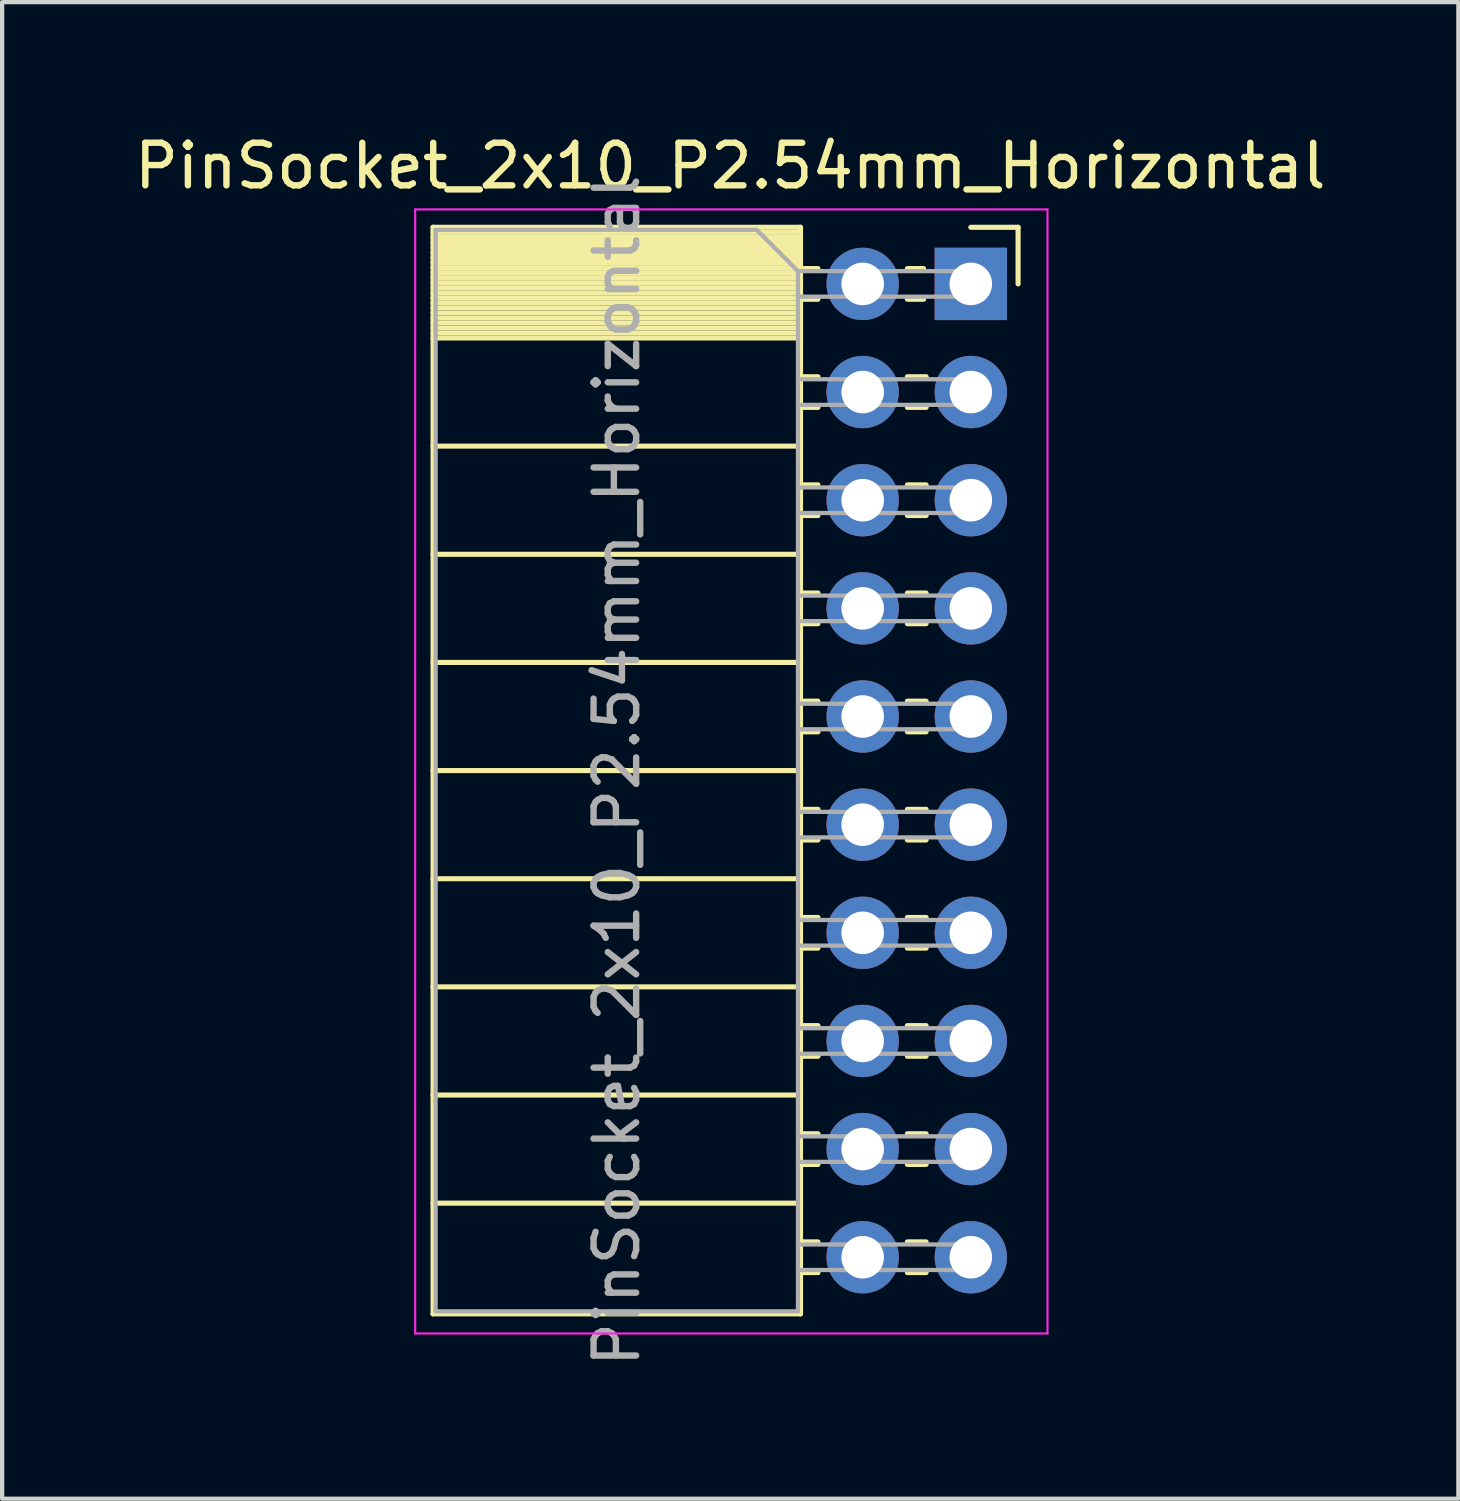
<source format=kicad_pcb>
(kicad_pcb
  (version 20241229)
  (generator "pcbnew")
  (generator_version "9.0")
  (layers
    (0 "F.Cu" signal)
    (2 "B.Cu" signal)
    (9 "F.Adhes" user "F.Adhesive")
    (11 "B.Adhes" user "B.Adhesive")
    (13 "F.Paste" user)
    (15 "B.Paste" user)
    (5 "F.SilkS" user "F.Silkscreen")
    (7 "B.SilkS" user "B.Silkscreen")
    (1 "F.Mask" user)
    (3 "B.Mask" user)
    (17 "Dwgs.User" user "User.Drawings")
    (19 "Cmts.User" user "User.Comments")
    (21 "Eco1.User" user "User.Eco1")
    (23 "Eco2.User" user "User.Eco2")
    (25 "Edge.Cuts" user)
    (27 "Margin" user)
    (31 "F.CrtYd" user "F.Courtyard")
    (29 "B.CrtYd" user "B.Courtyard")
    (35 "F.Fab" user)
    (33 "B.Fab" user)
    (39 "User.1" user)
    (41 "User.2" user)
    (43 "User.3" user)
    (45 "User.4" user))
  (footprint "PinSocket_2x10_P2.54mm_Horizontal"
    (layer "F.Cu")
    (at 19.751 3.618)
    (property "Reference" "PinSocket_2x10_P2.54mm_Horizontal" (at -5.65 -2.77 0) (layer "F.SilkS") (effects (font (size 1 1) (thickness 0.15))))
    (attr through_hole)
    (fp_line (start -12.63 -1.33) (end -12.63 24.19) (stroke (width 0.12) (type solid)) (layer "F.SilkS"))
    (fp_line (start -12.63 -1.33) (end -4 -1.33) (stroke (width 0.12) (type solid)) (layer "F.SilkS"))
    (fp_line (start -12.63 -1.21) (end -4 -1.21) (stroke (width 0.12) (type solid)) (layer "F.SilkS"))
    (fp_line (start -12.63 -1.092) (end -4 -1.092) (stroke (width 0.12) (type solid)) (layer "F.SilkS"))
    (fp_line (start -12.63 -0.974) (end -4 -0.974) (stroke (width 0.12) (type solid)) (layer "F.SilkS"))
    (fp_line (start -12.63 -0.856) (end -4 -0.856) (stroke (width 0.12) (type solid)) (layer "F.SilkS"))
    (fp_line (start -12.63 -0.738) (end -4 -0.738) (stroke (width 0.12) (type solid)) (layer "F.SilkS"))
    (fp_line (start -12.63 -0.62) (end -4 -0.62) (stroke (width 0.12) (type solid)) (layer "F.SilkS"))
    (fp_line (start -12.63 -0.501) (end -4 -0.501) (stroke (width 0.12) (type solid)) (layer "F.SilkS"))
    (fp_line (start -12.63 -0.383) (end -4 -0.383) (stroke (width 0.12) (type solid)) (layer "F.SilkS"))
    (fp_line (start -12.63 -0.265) (end -4 -0.265) (stroke (width 0.12) (type solid)) (layer "F.SilkS"))
    (fp_line (start -12.63 -0.147) (end -4 -0.147) (stroke (width 0.12) (type solid)) (layer "F.SilkS"))
    (fp_line (start -12.63 -0.029) (end -4 -0.029) (stroke (width 0.12) (type solid)) (layer "F.SilkS"))
    (fp_line (start -12.63 0.089) (end -4 0.089) (stroke (width 0.12) (type solid)) (layer "F.SilkS"))
    (fp_line (start -12.63 0.207) (end -4 0.207) (stroke (width 0.12) (type solid)) (layer "F.SilkS"))
    (fp_line (start -12.63 0.325) (end -4 0.325) (stroke (width 0.12) (type solid)) (layer "F.SilkS"))
    (fp_line (start -12.63 0.443) (end -4 0.443) (stroke (width 0.12) (type solid)) (layer "F.SilkS"))
    (fp_line (start -12.63 0.561) (end -4 0.561) (stroke (width 0.12) (type solid)) (layer "F.SilkS"))
    (fp_line (start -12.63 0.68) (end -4 0.68) (stroke (width 0.12) (type solid)) (layer "F.SilkS"))
    (fp_line (start -12.63 0.798) (end -4 0.798) (stroke (width 0.12) (type solid)) (layer "F.SilkS"))
    (fp_line (start -12.63 0.916) (end -4 0.916) (stroke (width 0.12) (type solid)) (layer "F.SilkS"))
    (fp_line (start -12.63 1.034) (end -4 1.034) (stroke (width 0.12) (type solid)) (layer "F.SilkS"))
    (fp_line (start -12.63 1.152) (end -4 1.152) (stroke (width 0.12) (type solid)) (layer "F.SilkS"))
    (fp_line (start -12.63 1.27) (end -4 1.27) (stroke (width 0.12) (type solid)) (layer "F.SilkS"))
    (fp_line (start -12.63 3.81) (end -4 3.81) (stroke (width 0.12) (type solid)) (layer "F.SilkS"))
    (fp_line (start -12.63 6.35) (end -4 6.35) (stroke (width 0.12) (type solid)) (layer "F.SilkS"))
    (fp_line (start -12.63 8.89) (end -4 8.89) (stroke (width 0.12) (type solid)) (layer "F.SilkS"))
    (fp_line (start -12.63 11.43) (end -4 11.43) (stroke (width 0.12) (type solid)) (layer "F.SilkS"))
    (fp_line (start -12.63 13.97) (end -4 13.97) (stroke (width 0.12) (type solid)) (layer "F.SilkS"))
    (fp_line (start -12.63 16.51) (end -4 16.51) (stroke (width 0.12) (type solid)) (layer "F.SilkS"))
    (fp_line (start -12.63 19.05) (end -4 19.05) (stroke (width 0.12) (type solid)) (layer "F.SilkS"))
    (fp_line (start -12.63 21.59) (end -4 21.59) (stroke (width 0.12) (type solid)) (layer "F.SilkS"))
    (fp_line (start -12.63 24.19) (end -4 24.19) (stroke (width 0.12) (type solid)) (layer "F.SilkS"))
    (fp_line (start -4 -1.33) (end -4 24.19) (stroke (width 0.12) (type solid)) (layer "F.SilkS"))
    (fp_line (start -4 -0.36) (end -3.59 -0.36) (stroke (width 0.12) (type solid)) (layer "F.SilkS"))
    (fp_line (start -4 0.36) (end -3.59 0.36) (stroke (width 0.12) (type solid)) (layer "F.SilkS"))
    (fp_line (start -4 2.18) (end -3.59 2.18) (stroke (width 0.12) (type solid)) (layer "F.SilkS"))
    (fp_line (start -4 2.9) (end -3.59 2.9) (stroke (width 0.12) (type solid)) (layer "F.SilkS"))
    (fp_line (start -4 4.72) (end -3.59 4.72) (stroke (width 0.12) (type solid)) (layer "F.SilkS"))
    (fp_line (start -4 5.44) (end -3.59 5.44) (stroke (width 0.12) (type solid)) (layer "F.SilkS"))
    (fp_line (start -4 7.26) (end -3.59 7.26) (stroke (width 0.12) (type solid)) (layer "F.SilkS"))
    (fp_line (start -4 7.98) (end -3.59 7.98) (stroke (width 0.12) (type solid)) (layer "F.SilkS"))
    (fp_line (start -4 9.8) (end -3.59 9.8) (stroke (width 0.12) (type solid)) (layer "F.SilkS"))
    (fp_line (start -4 10.52) (end -3.59 10.52) (stroke (width 0.12) (type solid)) (layer "F.SilkS"))
    (fp_line (start -4 12.34) (end -3.59 12.34) (stroke (width 0.12) (type solid)) (layer "F.SilkS"))
    (fp_line (start -4 13.06) (end -3.59 13.06) (stroke (width 0.12) (type solid)) (layer "F.SilkS"))
    (fp_line (start -4 14.88) (end -3.59 14.88) (stroke (width 0.12) (type solid)) (layer "F.SilkS"))
    (fp_line (start -4 15.6) (end -3.59 15.6) (stroke (width 0.12) (type solid)) (layer "F.SilkS"))
    (fp_line (start -4 17.42) (end -3.59 17.42) (stroke (width 0.12) (type solid)) (layer "F.SilkS"))
    (fp_line (start -4 18.14) (end -3.59 18.14) (stroke (width 0.12) (type solid)) (layer "F.SilkS"))
    (fp_line (start -4 19.96) (end -3.59 19.96) (stroke (width 0.12) (type solid)) (layer "F.SilkS"))
    (fp_line (start -4 20.68) (end -3.59 20.68) (stroke (width 0.12) (type solid)) (layer "F.SilkS"))
    (fp_line (start -4 22.5) (end -3.59 22.5) (stroke (width 0.12) (type solid)) (layer "F.SilkS"))
    (fp_line (start -4 23.22) (end -3.59 23.22) (stroke (width 0.12) (type solid)) (layer "F.SilkS"))
    (fp_line (start -1.49 -0.36) (end -1.11 -0.36) (stroke (width 0.12) (type solid)) (layer "F.SilkS"))
    (fp_line (start -1.49 0.36) (end -1.11 0.36) (stroke (width 0.12) (type solid)) (layer "F.SilkS"))
    (fp_line (start -1.49 2.18) (end -1.05 2.18) (stroke (width 0.12) (type solid)) (layer "F.SilkS"))
    (fp_line (start -1.49 2.9) (end -1.05 2.9) (stroke (width 0.12) (type solid)) (layer "F.SilkS"))
    (fp_line (start -1.49 4.72) (end -1.05 4.72) (stroke (width 0.12) (type solid)) (layer "F.SilkS"))
    (fp_line (start -1.49 5.44) (end -1.05 5.44) (stroke (width 0.12) (type solid)) (layer "F.SilkS"))
    (fp_line (start -1.49 7.26) (end -1.05 7.26) (stroke (width 0.12) (type solid)) (layer "F.SilkS"))
    (fp_line (start -1.49 7.98) (end -1.05 7.98) (stroke (width 0.12) (type solid)) (layer "F.SilkS"))
    (fp_line (start -1.49 9.8) (end -1.05 9.8) (stroke (width 0.12) (type solid)) (layer "F.SilkS"))
    (fp_line (start -1.49 10.52) (end -1.05 10.52) (stroke (width 0.12) (type solid)) (layer "F.SilkS"))
    (fp_line (start -1.49 12.34) (end -1.05 12.34) (stroke (width 0.12) (type solid)) (layer "F.SilkS"))
    (fp_line (start -1.49 13.06) (end -1.05 13.06) (stroke (width 0.12) (type solid)) (layer "F.SilkS"))
    (fp_line (start -1.49 14.88) (end -1.05 14.88) (stroke (width 0.12) (type solid)) (layer "F.SilkS"))
    (fp_line (start -1.49 15.6) (end -1.05 15.6) (stroke (width 0.12) (type solid)) (layer "F.SilkS"))
    (fp_line (start -1.49 17.42) (end -1.05 17.42) (stroke (width 0.12) (type solid)) (layer "F.SilkS"))
    (fp_line (start -1.49 18.14) (end -1.05 18.14) (stroke (width 0.12) (type solid)) (layer "F.SilkS"))
    (fp_line (start -1.49 19.96) (end -1.05 19.96) (stroke (width 0.12) (type solid)) (layer "F.SilkS"))
    (fp_line (start -1.49 20.68) (end -1.05 20.68) (stroke (width 0.12) (type solid)) (layer "F.SilkS"))
    (fp_line (start -1.49 22.5) (end -1.05 22.5) (stroke (width 0.12) (type solid)) (layer "F.SilkS"))
    (fp_line (start -1.49 23.22) (end -1.05 23.22) (stroke (width 0.12) (type solid)) (layer "F.SilkS"))
    (fp_line (start 0 -1.33) (end 1.11 -1.33) (stroke (width 0.12) (type solid)) (layer "F.SilkS"))
    (fp_line (start 1.11 -1.33) (end 1.11 0) (stroke (width 0.12) (type solid)) (layer "F.SilkS"))
    (fp_line (start -13.05 -1.75) (end -13.05 24.65) (stroke (width 0.05) (type solid)) (layer "F.CrtYd"))
    (fp_line (start -13.05 24.65) (end 1.8 24.65) (stroke (width 0.05) (type solid)) (layer "F.CrtYd"))
    (fp_line (start 1.8 -1.75) (end -13.05 -1.75) (stroke (width 0.05) (type solid)) (layer "F.CrtYd"))
    (fp_line (start 1.8 24.65) (end 1.8 -1.75) (stroke (width 0.05) (type solid)) (layer "F.CrtYd"))
    (fp_line (start -12.57 -1.27) (end -5.03 -1.27) (stroke (width 0.1) (type solid)) (layer "F.Fab"))
    (fp_line (start -12.57 24.13) (end -12.57 -1.27) (stroke (width 0.1) (type solid)) (layer "F.Fab"))
    (fp_line (start -5.03 -1.27) (end -4.06 -0.3) (stroke (width 0.1) (type solid)) (layer "F.Fab"))
    (fp_line (start -4.06 -0.3) (end -4.06 24.13) (stroke (width 0.1) (type solid)) (layer "F.Fab"))
    (fp_line (start -4.06 0.3) (end 0 0.3) (stroke (width 0.1) (type solid)) (layer "F.Fab"))
    (fp_line (start -4.06 2.84) (end 0 2.84) (stroke (width 0.1) (type solid)) (layer "F.Fab"))
    (fp_line (start -4.06 5.38) (end 0 5.38) (stroke (width 0.1) (type solid)) (layer "F.Fab"))
    (fp_line (start -4.06 7.92) (end 0 7.92) (stroke (width 0.1) (type solid)) (layer "F.Fab"))
    (fp_line (start -4.06 10.46) (end 0 10.46) (stroke (width 0.1) (type solid)) (layer "F.Fab"))
    (fp_line (start -4.06 13) (end 0 13) (stroke (width 0.1) (type solid)) (layer "F.Fab"))
    (fp_line (start -4.06 15.54) (end 0 15.54) (stroke (width 0.1) (type solid)) (layer "F.Fab"))
    (fp_line (start -4.06 18.08) (end 0 18.08) (stroke (width 0.1) (type solid)) (layer "F.Fab"))
    (fp_line (start -4.06 20.62) (end 0 20.62) (stroke (width 0.1) (type solid)) (layer "F.Fab"))
    (fp_line (start -4.06 23.16) (end 0 23.16) (stroke (width 0.1) (type solid)) (layer "F.Fab"))
    (fp_line (start -4.06 24.13) (end -12.57 24.13) (stroke (width 0.1) (type solid)) (layer "F.Fab"))
    (fp_line (start 0 -0.3) (end -4.06 -0.3) (stroke (width 0.1) (type solid)) (layer "F.Fab"))
    (fp_line (start 0 0.3) (end 0 -0.3) (stroke (width 0.1) (type solid)) (layer "F.Fab"))
    (fp_line (start 0 2.24) (end -4.06 2.24) (stroke (width 0.1) (type solid)) (layer "F.Fab"))
    (fp_line (start 0 2.84) (end 0 2.24) (stroke (width 0.1) (type solid)) (layer "F.Fab"))
    (fp_line (start 0 4.78) (end -4.06 4.78) (stroke (width 0.1) (type solid)) (layer "F.Fab"))
    (fp_line (start 0 5.38) (end 0 4.78) (stroke (width 0.1) (type solid)) (layer "F.Fab"))
    (fp_line (start 0 7.32) (end -4.06 7.32) (stroke (width 0.1) (type solid)) (layer "F.Fab"))
    (fp_line (start 0 7.92) (end 0 7.32) (stroke (width 0.1) (type solid)) (layer "F.Fab"))
    (fp_line (start 0 9.86) (end -4.06 9.86) (stroke (width 0.1) (type solid)) (layer "F.Fab"))
    (fp_line (start 0 10.46) (end 0 9.86) (stroke (width 0.1) (type solid)) (layer "F.Fab"))
    (fp_line (start 0 12.4) (end -4.06 12.4) (stroke (width 0.1) (type solid)) (layer "F.Fab"))
    (fp_line (start 0 13) (end 0 12.4) (stroke (width 0.1) (type solid)) (layer "F.Fab"))
    (fp_line (start 0 14.94) (end -4.06 14.94) (stroke (width 0.1) (type solid)) (layer "F.Fab"))
    (fp_line (start 0 15.54) (end 0 14.94) (stroke (width 0.1) (type solid)) (layer "F.Fab"))
    (fp_line (start 0 17.48) (end -4.06 17.48) (stroke (width 0.1) (type solid)) (layer "F.Fab"))
    (fp_line (start 0 18.08) (end 0 17.48) (stroke (width 0.1) (type solid)) (layer "F.Fab"))
    (fp_line (start 0 20.02) (end -4.06 20.02) (stroke (width 0.1) (type solid)) (layer "F.Fab"))
    (fp_line (start 0 20.62) (end 0 20.02) (stroke (width 0.1) (type solid)) (layer "F.Fab"))
    (fp_line (start 0 22.56) (end -4.06 22.56) (stroke (width 0.1) (type solid)) (layer "F.Fab"))
    (fp_line (start 0 23.16) (end 0 22.56) (stroke (width 0.1) (type solid)) (layer "F.Fab"))
    (fp_text user "${REFERENCE}" (at -8.315 11.43 90) (layer "F.Fab") (effects (font (size 1 1) (thickness 0.15))))
    (pad "1" thru_hole rect (at 0 0) (size 1.7 1.7) (drill 1) (layers "*.Cu" "*.Mask"))
    (pad "2" thru_hole oval (at -2.54 0) (size 1.7 1.7) (drill 1) (layers "*.Cu" "*.Mask"))
    (pad "3" thru_hole oval (at 0 2.54) (size 1.7 1.7) (drill 1) (layers "*.Cu" "*.Mask"))
    (pad "4" thru_hole oval (at -2.54 2.54) (size 1.7 1.7) (drill 1) (layers "*.Cu" "*.Mask"))
    (pad "5" thru_hole oval (at 0 5.08) (size 1.7 1.7) (drill 1) (layers "*.Cu" "*.Mask"))
    (pad "6" thru_hole oval (at -2.54 5.08) (size 1.7 1.7) (drill 1) (layers "*.Cu" "*.Mask"))
    (pad "7" thru_hole oval (at 0 7.62) (size 1.7 1.7) (drill 1) (layers "*.Cu" "*.Mask"))
    (pad "8" thru_hole oval (at -2.54 7.62) (size 1.7 1.7) (drill 1) (layers "*.Cu" "*.Mask"))
    (pad "9" thru_hole oval (at 0 10.16) (size 1.7 1.7) (drill 1) (layers "*.Cu" "*.Mask"))
    (pad "10" thru_hole oval (at -2.54 10.16) (size 1.7 1.7) (drill 1) (layers "*.Cu" "*.Mask"))
    (pad "11" thru_hole oval (at 0 12.7) (size 1.7 1.7) (drill 1) (layers "*.Cu" "*.Mask"))
    (pad "12" thru_hole oval (at -2.54 12.7) (size 1.7 1.7) (drill 1) (layers "*.Cu" "*.Mask"))
    (pad "13" thru_hole oval (at 0 15.24) (size 1.7 1.7) (drill 1) (layers "*.Cu" "*.Mask"))
    (pad "14" thru_hole oval (at -2.54 15.24) (size 1.7 1.7) (drill 1) (layers "*.Cu" "*.Mask"))
    (pad "15" thru_hole oval (at 0 17.78) (size 1.7 1.7) (drill 1) (layers "*.Cu" "*.Mask"))
    (pad "16" thru_hole oval (at -2.54 17.78) (size 1.7 1.7) (drill 1) (layers "*.Cu" "*.Mask"))
    (pad "17" thru_hole oval (at 0 20.32) (size 1.7 1.7) (drill 1) (layers "*.Cu" "*.Mask"))
    (pad "18" thru_hole oval (at -2.54 20.32) (size 1.7 1.7) (drill 1) (layers "*.Cu" "*.Mask"))
    (pad "19" thru_hole oval (at 0 22.86) (size 1.7 1.7) (drill 1) (layers "*.Cu" "*.Mask"))
    (pad "20" thru_hole oval (at -2.54 22.86) (size 1.7 1.7) (drill 1) (layers "*.Cu" "*.Mask")))
  (gr_rect
    (start -3 -3)
    (end 31.202 32.149)
    (stroke (width 0.1) (type default))
    (fill no)
    (layer "Edge.Cuts")))
</source>
